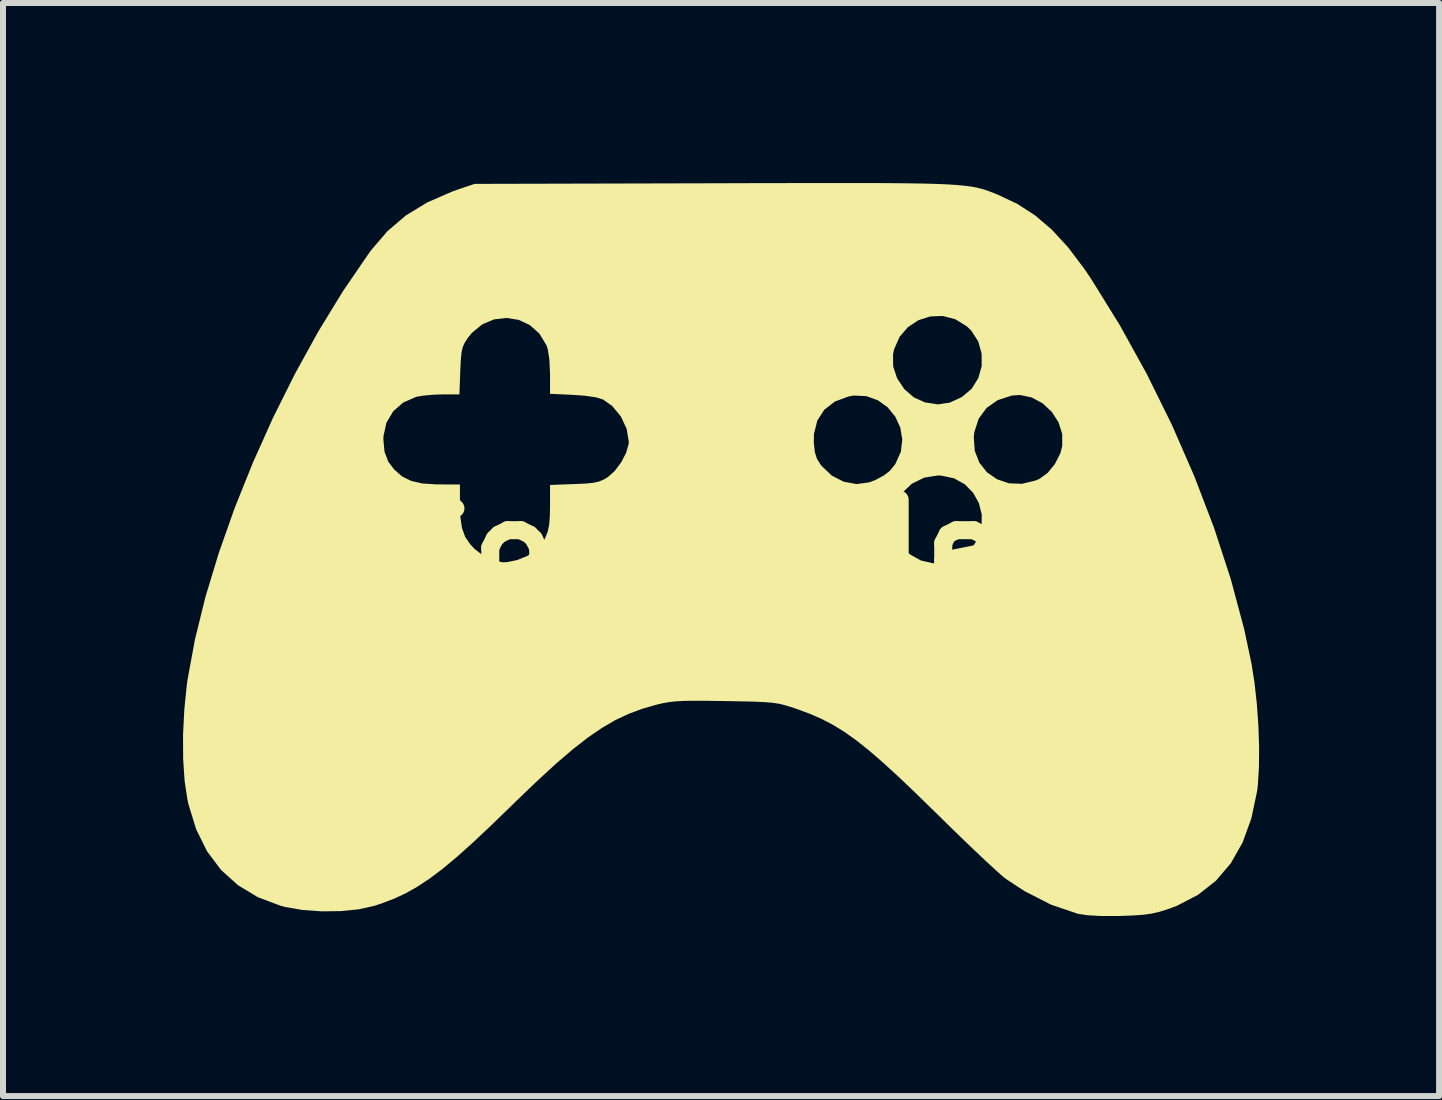
<source format=kicad_pcb>
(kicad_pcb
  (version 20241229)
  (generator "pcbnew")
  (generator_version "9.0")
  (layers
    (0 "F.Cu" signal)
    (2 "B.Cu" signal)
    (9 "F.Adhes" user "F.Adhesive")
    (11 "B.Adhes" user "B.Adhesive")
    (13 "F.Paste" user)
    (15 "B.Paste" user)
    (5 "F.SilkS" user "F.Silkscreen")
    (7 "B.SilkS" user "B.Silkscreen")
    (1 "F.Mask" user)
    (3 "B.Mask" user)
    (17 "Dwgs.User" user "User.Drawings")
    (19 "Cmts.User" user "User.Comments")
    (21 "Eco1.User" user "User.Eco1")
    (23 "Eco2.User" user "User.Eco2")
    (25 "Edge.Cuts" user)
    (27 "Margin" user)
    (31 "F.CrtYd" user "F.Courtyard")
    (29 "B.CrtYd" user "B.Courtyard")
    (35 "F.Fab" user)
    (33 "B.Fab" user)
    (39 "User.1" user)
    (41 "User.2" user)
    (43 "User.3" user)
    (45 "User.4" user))
  (footprint "Controller"
    (layer "F.Cu")
    (at 8.966 6.111)
    (property "Reference" "Controller" (at 0 0 0) (layer "F.SilkS") (effects (font (size 1.524 1.524) (thickness 0.3))))
    (attr board_only exclude_from_pos_files exclude_from_bom)
    (fp_poly (pts (xy 2.482 -6.111) (xy 2.828 -6.109) (xy 3.126 -6.106) (xy 3.381 -6.102) (xy 3.598 -6.096) (xy 3.78 -6.088) (xy 3.933 -6.078) (xy 4.06 -6.066) (xy 4.167 -6.052) (xy 4.258 -6.035) (xy 4.338 -6.016) (xy 4.411 -5.994) (xy 4.481 -5.968) (xy 4.554 -5.94) (xy 4.613 -5.916) (xy 4.938 -5.762) (xy 5.235 -5.57) (xy 5.512 -5.333) (xy 5.78 -5.042) (xy 6.047 -4.689) (xy 6.161 -4.521) (xy 6.644 -3.742) (xy 7.095 -2.926) (xy 7.511 -2.083) (xy 7.885 -1.226) (xy 8.214 -0.366) (xy 8.492 0.486) (xy 8.715 1.318) (xy 8.838 1.895) (xy 8.888 2.216) (xy 8.927 2.569) (xy 8.953 2.934) (xy 8.965 3.293) (xy 8.962 3.626) (xy 8.944 3.914) (xy 8.932 4.019) (xy 8.836 4.475) (xy 8.69 4.877) (xy 8.494 5.223) (xy 8.246 5.514) (xy 7.947 5.75) (xy 7.596 5.932) (xy 7.447 5.988) (xy 7.306 6.032) (xy 7.177 6.062) (xy 7.036 6.082) (xy 6.864 6.094) (xy 6.641 6.102) (xy 6.347 6.103) (xy 6.115 6.091) (xy 5.952 6.067) (xy 5.943 6.065) (xy 5.5 5.915) (xy 5.058 5.689) (xy 4.746 5.485) (xy 4.675 5.427) (xy 4.559 5.323) (xy 4.405 5.181) (xy 4.221 5.007) (xy 4.013 4.808) (xy 3.791 4.592) (xy 3.602 4.406) (xy 3.257 4.069) (xy 2.956 3.782) (xy 2.691 3.54) (xy 2.456 3.337) (xy 2.244 3.169) (xy 2.046 3.029) (xy 1.858 2.914) (xy 1.671 2.817) (xy 1.478 2.733) (xy 1.275 2.658) (xy 1.159 2.619) (xy 1.06 2.589) (xy 0.967 2.566) (xy 0.867 2.551) (xy 0.745 2.54) (xy 0.589 2.532) (xy 0.387 2.527) (xy 0.126 2.522) (xy 0.069 2.521) (xy -0.215 2.517) (xy -0.437 2.516) (xy -0.61 2.518) (xy -0.747 2.525) (xy -0.86 2.537) (xy -0.962 2.555) (xy -1.067 2.579) (xy -1.079 2.582) (xy -1.315 2.65) (xy -1.54 2.734) (xy -1.762 2.838) (xy -1.986 2.969) (xy -2.222 3.13) (xy -2.475 3.328) (xy -2.753 3.566) (xy -3.063 3.851) (xy -3.414 4.187) (xy -3.49 4.262) (xy -3.836 4.597) (xy -4.138 4.881) (xy -4.405 5.12) (xy -4.644 5.319) (xy -4.862 5.483) (xy -5.066 5.617) (xy -5.263 5.728) (xy -5.461 5.819) (xy -5.668 5.897) (xy -5.779 5.933) (xy -6.036 5.991) (xy -6.337 6.021) (xy -6.659 6.025) (xy -6.976 6.002) (xy -7.262 5.953) (xy -7.335 5.934) (xy -7.718 5.79) (xy -8.051 5.589) (xy -8.334 5.334) (xy -8.566 5.024) (xy -8.747 4.659) (xy -8.876 4.24) (xy -8.893 4.162) (xy -8.94 3.849) (xy -8.964 3.483) (xy -8.966 3.083) (xy -8.945 2.666) (xy -8.903 2.252) (xy -8.89 2.159) (xy -8.767 1.492) (xy -8.593 0.787) (xy -8.371 0.055) (xy -8.107 -0.693) (xy -7.804 -1.447) (xy -7.627 -1.842) (xy -5.628 -1.842) (xy -5.609 -1.634) (xy -5.546 -1.468) (xy -5.447 -1.337) (xy -5.316 -1.222) (xy -5.163 -1.147) (xy -4.973 -1.104) (xy -4.73 -1.089) (xy -4.699 -1.089) (xy -4.352 -1.088) (xy -4.352 -0.779) (xy -4.344 -0.541) (xy -4.317 -0.359) (xy -4.265 -0.216) (xy -4.182 -0.093) (xy -4.106 -0.012) (xy -3.957 0.102) (xy -3.791 0.179) (xy -3.633 0.21) (xy -3.564 0.205) (xy -3.488 0.19) (xy -3.395 0.17) (xy -3.223 0.1) (xy -3.063 -0.022) (xy -2.943 -0.174) (xy -2.928 -0.204) (xy -2.889 -0.303) (xy -2.865 -0.417) (xy -2.858 -0.513) (xy 2.87 -0.513) (xy 2.894 -0.294) (xy 2.969 -0.116) (xy 3.107 0.042) (xy 3.154 0.081) (xy 3.328 0.178) (xy 3.533 0.225) (xy 3.745 0.222) (xy 3.939 0.165) (xy 4.003 0.129) (xy 4.175 -0.02) (xy 4.286 -0.197) (xy 4.341 -0.39) (xy 4.343 -0.587) (xy 4.295 -0.778) (xy 4.2 -0.949) (xy 4.062 -1.09) (xy 3.883 -1.19) (xy 3.668 -1.236) (xy 3.612 -1.238) (xy 3.384 -1.202) (xy 3.178 -1.1) (xy 3.009 -0.941) (xy 2.983 -0.907) (xy 2.916 -0.797) (xy 2.882 -0.696) (xy 2.871 -0.566) (xy 2.87 -0.513) (xy -2.858 -0.513) (xy -2.854 -0.566) (xy -2.851 -0.721) (xy -2.851 -1.08) (xy -2.448 -1.095) (xy -2.261 -1.103) (xy -2.13 -1.116) (xy -2.036 -1.137) (xy -1.958 -1.169) (xy -1.89 -1.209) (xy -1.773 -1.313) (xy -1.665 -1.457) (xy -1.583 -1.615) (xy -1.541 -1.762) (xy -1.54 -1.777) (xy 1.545 -1.777) (xy 1.562 -1.626) (xy 1.597 -1.516) (xy 1.66 -1.416) (xy 1.673 -1.399) (xy 1.844 -1.236) (xy 2.043 -1.134) (xy 2.257 -1.095) (xy 2.471 -1.124) (xy 2.57 -1.162) (xy 2.713 -1.239) (xy 2.811 -1.315) (xy 2.891 -1.413) (xy 2.905 -1.434) (xy 2.995 -1.633) (xy 3.019 -1.837) (xy 3.012 -1.879) (xy 4.21 -1.879) (xy 4.226 -1.65) (xy 4.303 -1.452) (xy 4.43 -1.291) (xy 4.598 -1.175) (xy 4.795 -1.108) (xy 5.013 -1.099) (xy 5.239 -1.154) (xy 5.305 -1.182) (xy 5.441 -1.281) (xy 5.563 -1.431) (xy 5.652 -1.606) (xy 5.684 -1.725) (xy 5.684 -1.93) (xy 5.622 -2.125) (xy 5.509 -2.299) (xy 5.356 -2.441) (xy 5.176 -2.538) (xy 4.98 -2.579) (xy 4.845 -2.57) (xy 4.609 -2.493) (xy 4.423 -2.363) (xy 4.292 -2.184) (xy 4.22 -1.963) (xy 4.21 -1.879) (xy 3.012 -1.879) (xy 2.986 -2.036) (xy 2.902 -2.218) (xy 2.775 -2.374) (xy 2.612 -2.491) (xy 2.421 -2.56) (xy 2.21 -2.57) (xy 2.125 -2.555) (xy 1.895 -2.47) (xy 1.72 -2.334) (xy 1.603 -2.153) (xy 1.547 -1.931) (xy 1.545 -1.777) (xy -1.54 -1.777) (xy -1.538 -1.799) (xy -1.574 -2.015) (xy -1.67 -2.221) (xy -1.815 -2.396) (xy -1.966 -2.503) (xy -2.083 -2.54) (xy -2.269 -2.567) (xy -2.467 -2.581) (xy -2.851 -2.599) (xy -2.851 -2.933) (xy -2.861 -3.167) (xy -2.875 -3.257) (xy 2.865 -3.257) (xy 2.867 -3.053) (xy 2.934 -2.855) (xy 3.052 -2.678) (xy 3.212 -2.539) (xy 3.397 -2.456) (xy 3.614 -2.423) (xy 3.813 -2.453) (xy 4.012 -2.545) (xy 4.176 -2.684) (xy 4.286 -2.861) (xy 4.342 -3.061) (xy 4.341 -3.27) (xy 4.284 -3.472) (xy 4.169 -3.651) (xy 4.096 -3.722) (xy 3.902 -3.842) (xy 3.694 -3.896) (xy 3.485 -3.888) (xy 3.287 -3.825) (xy 3.113 -3.71) (xy 2.974 -3.548) (xy 2.884 -3.344) (xy 2.865 -3.257) (xy -2.875 -3.257) (xy -2.889 -3.343) (xy -2.909 -3.405) (xy -3.027 -3.601) (xy -3.186 -3.743) (xy -3.373 -3.831) (xy -3.577 -3.863) (xy -3.783 -3.839) (xy -3.979 -3.757) (xy -4.152 -3.615) (xy -4.22 -3.531) (xy -4.271 -3.453) (xy -4.304 -3.381) (xy -4.325 -3.293) (xy -4.337 -3.171) (xy -4.346 -2.996) (xy -4.346 -2.981) (xy -4.361 -2.589) (xy -4.647 -2.589) (xy -4.811 -2.583) (xy -4.967 -2.568) (xy -5.082 -2.548) (xy -5.084 -2.547) (xy -5.298 -2.453) (xy -5.465 -2.306) (xy -5.577 -2.116) (xy -5.626 -1.894) (xy -5.628 -1.842) (xy -7.627 -1.842) (xy -7.468 -2.197) (xy -7.102 -2.93) (xy -6.713 -3.636) (xy -6.304 -4.305) (xy -5.88 -4.925) (xy -5.826 -4.999) (xy -5.56 -5.309) (xy -5.254 -5.57) (xy -4.899 -5.787) (xy -4.486 -5.967) (xy -4.371 -6.008) (xy -4.108 -6.097) (xy -0.124 -6.107) (xy 0.529 -6.109) (xy 1.112 -6.11) (xy 1.628 -6.111) (xy 2.083 -6.111)) (stroke (width 0) (type solid)) (fill yes) (layer "F.SilkS")))
  (gr_rect
    (start -3 -3)
    (end 20.93 15.214)
    (stroke (width 0.1) (type default))
    (fill no)
    (layer "Edge.Cuts")))
</source>
